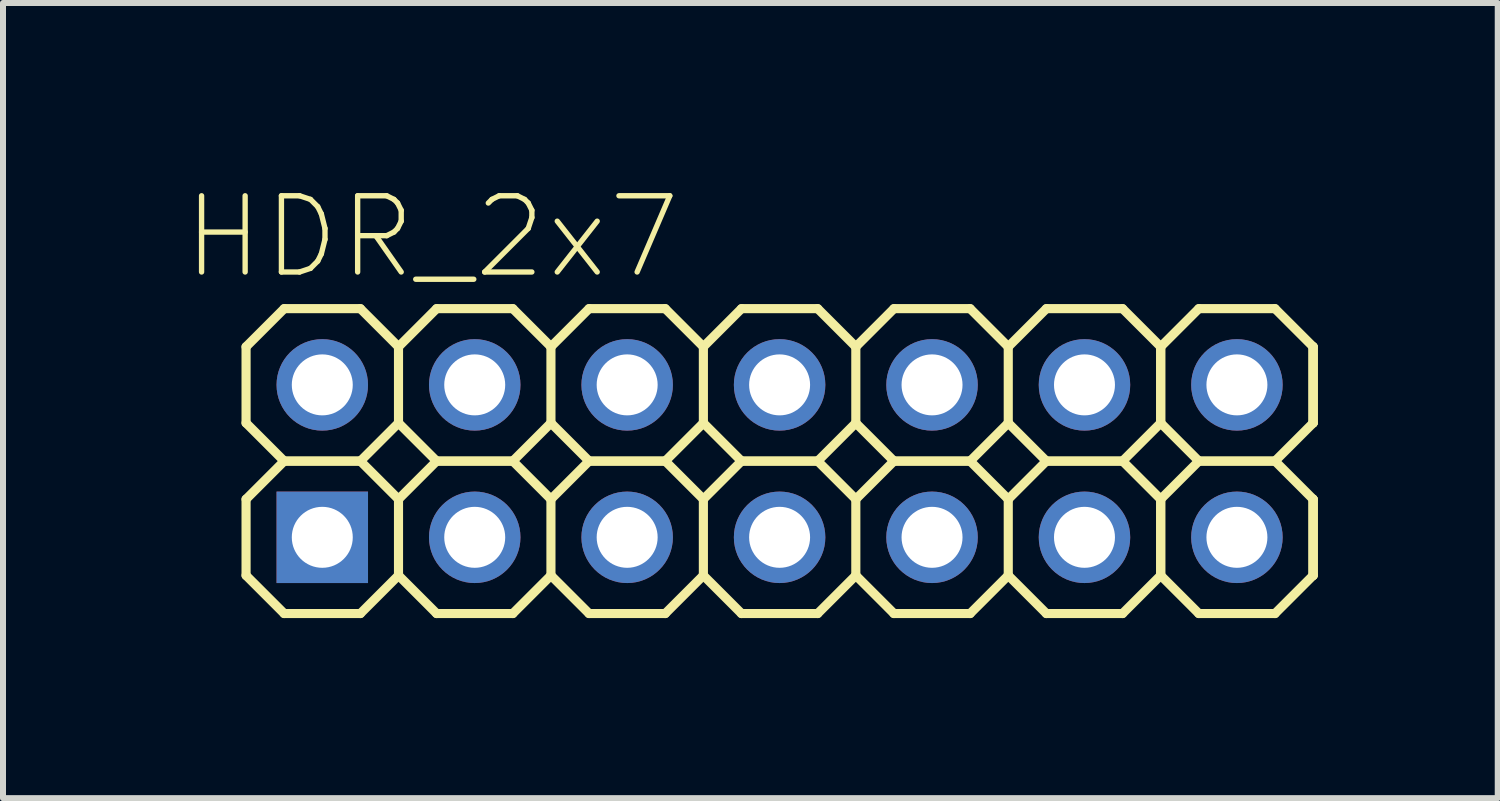
<source format=kicad_pcb>
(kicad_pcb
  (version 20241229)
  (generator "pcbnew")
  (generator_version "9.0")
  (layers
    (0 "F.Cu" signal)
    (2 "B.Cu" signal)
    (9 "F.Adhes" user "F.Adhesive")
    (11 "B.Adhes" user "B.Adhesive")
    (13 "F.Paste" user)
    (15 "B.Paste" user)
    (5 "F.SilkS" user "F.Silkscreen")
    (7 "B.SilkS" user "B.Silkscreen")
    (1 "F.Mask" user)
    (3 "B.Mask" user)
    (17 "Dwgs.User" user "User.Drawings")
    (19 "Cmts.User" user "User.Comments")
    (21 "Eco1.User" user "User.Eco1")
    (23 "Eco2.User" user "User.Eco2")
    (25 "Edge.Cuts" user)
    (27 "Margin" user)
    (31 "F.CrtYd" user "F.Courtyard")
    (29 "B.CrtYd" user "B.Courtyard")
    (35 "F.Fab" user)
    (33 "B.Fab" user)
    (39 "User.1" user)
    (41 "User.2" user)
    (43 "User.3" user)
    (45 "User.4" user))
  (footprint "HDR_2x7"
    (layer "F.Cu")
    (at 9.94 4.633)
    (property "Reference" "HDR_2x7" (at -5.791 -3.734 0) (layer "F.SilkS") (effects (font (size 1.27 1.27) (thickness 0.089))))
    (attr exclude_from_pos_files exclude_from_bom)
    (fp_line (start -8.89 -1.905) (end -8.89 -0.635) (stroke (width 0.152) (type solid)) (layer "F.SilkS"))
    (fp_line (start -8.89 -0.635) (end -8.255 0) (stroke (width 0.152) (type solid)) (layer "F.SilkS"))
    (fp_line (start -8.89 0.635) (end -8.89 1.905) (stroke (width 0.152) (type solid)) (layer "F.SilkS"))
    (fp_line (start -8.89 1.905) (end -8.255 2.54) (stroke (width 0.152) (type solid)) (layer "F.SilkS"))
    (fp_line (start -8.255 -2.54) (end -8.89 -1.905) (stroke (width 0.152) (type solid)) (layer "F.SilkS"))
    (fp_line (start -8.255 -2.54) (end -6.985 -2.54) (stroke (width 0.152) (type solid)) (layer "F.SilkS"))
    (fp_line (start -8.255 0) (end -8.89 0.635) (stroke (width 0.152) (type solid)) (layer "F.SilkS"))
    (fp_line (start -8.255 0) (end -6.985 0) (stroke (width 0.152) (type solid)) (layer "F.SilkS"))
    (fp_line (start -6.985 -2.54) (end -6.35 -1.905) (stroke (width 0.152) (type solid)) (layer "F.SilkS"))
    (fp_line (start -6.985 0) (end -8.255 0) (stroke (width 0.152) (type solid)) (layer "F.SilkS"))
    (fp_line (start -6.985 0) (end -6.35 0.635) (stroke (width 0.152) (type solid)) (layer "F.SilkS"))
    (fp_line (start -6.985 2.54) (end -8.255 2.54) (stroke (width 0.152) (type solid)) (layer "F.SilkS"))
    (fp_line (start -6.35 -1.905) (end -6.35 -0.635) (stroke (width 0.152) (type solid)) (layer "F.SilkS"))
    (fp_line (start -6.35 -1.905) (end -5.715 -2.54) (stroke (width 0.152) (type solid)) (layer "F.SilkS"))
    (fp_line (start -6.35 -0.635) (end -6.985 0) (stroke (width 0.152) (type solid)) (layer "F.SilkS"))
    (fp_line (start -6.35 0.635) (end -6.35 1.905) (stroke (width 0.152) (type solid)) (layer "F.SilkS"))
    (fp_line (start -6.35 0.635) (end -5.715 0) (stroke (width 0.152) (type solid)) (layer "F.SilkS"))
    (fp_line (start -6.35 1.905) (end -6.985 2.54) (stroke (width 0.152) (type solid)) (layer "F.SilkS"))
    (fp_line (start -5.715 -2.54) (end -4.445 -2.54) (stroke (width 0.152) (type solid)) (layer "F.SilkS"))
    (fp_line (start -5.715 0) (end -6.35 -0.635) (stroke (width 0.152) (type solid)) (layer "F.SilkS"))
    (fp_line (start -5.715 0) (end -4.445 0) (stroke (width 0.152) (type solid)) (layer "F.SilkS"))
    (fp_line (start -5.715 2.54) (end -6.35 1.905) (stroke (width 0.152) (type solid)) (layer "F.SilkS"))
    (fp_line (start -4.445 -2.54) (end -3.81 -1.905) (stroke (width 0.152) (type solid)) (layer "F.SilkS"))
    (fp_line (start -4.445 0) (end -5.715 0) (stroke (width 0.152) (type solid)) (layer "F.SilkS"))
    (fp_line (start -4.445 0) (end -3.81 0.635) (stroke (width 0.152) (type solid)) (layer "F.SilkS"))
    (fp_line (start -4.445 2.54) (end -5.715 2.54) (stroke (width 0.152) (type solid)) (layer "F.SilkS"))
    (fp_line (start -3.81 -1.905) (end -3.81 -0.635) (stroke (width 0.152) (type solid)) (layer "F.SilkS"))
    (fp_line (start -3.81 -1.905) (end -3.175 -2.54) (stroke (width 0.152) (type solid)) (layer "F.SilkS"))
    (fp_line (start -3.81 -0.635) (end -4.445 0) (stroke (width 0.152) (type solid)) (layer "F.SilkS"))
    (fp_line (start -3.81 0.635) (end -3.81 1.905) (stroke (width 0.152) (type solid)) (layer "F.SilkS"))
    (fp_line (start -3.81 0.635) (end -3.175 0) (stroke (width 0.152) (type solid)) (layer "F.SilkS"))
    (fp_line (start -3.81 1.905) (end -4.445 2.54) (stroke (width 0.152) (type solid)) (layer "F.SilkS"))
    (fp_line (start -3.175 -2.54) (end -1.905 -2.54) (stroke (width 0.152) (type solid)) (layer "F.SilkS"))
    (fp_line (start -3.175 0) (end -3.81 -0.635) (stroke (width 0.152) (type solid)) (layer "F.SilkS"))
    (fp_line (start -3.175 0) (end -1.905 0) (stroke (width 0.152) (type solid)) (layer "F.SilkS"))
    (fp_line (start -3.175 2.54) (end -3.81 1.905) (stroke (width 0.152) (type solid)) (layer "F.SilkS"))
    (fp_line (start -1.905 -2.54) (end -1.27 -1.905) (stroke (width 0.152) (type solid)) (layer "F.SilkS"))
    (fp_line (start -1.905 0) (end -3.175 0) (stroke (width 0.152) (type solid)) (layer "F.SilkS"))
    (fp_line (start -1.905 0) (end -1.27 0.635) (stroke (width 0.152) (type solid)) (layer "F.SilkS"))
    (fp_line (start -1.905 2.54) (end -3.175 2.54) (stroke (width 0.152) (type solid)) (layer "F.SilkS"))
    (fp_line (start -1.27 -1.905) (end -1.27 -0.635) (stroke (width 0.152) (type solid)) (layer "F.SilkS"))
    (fp_line (start -1.27 -0.635) (end -1.905 0) (stroke (width 0.152) (type solid)) (layer "F.SilkS"))
    (fp_line (start -1.27 -0.635) (end -0.635 0) (stroke (width 0.152) (type solid)) (layer "F.SilkS"))
    (fp_line (start -1.27 0.635) (end -1.27 1.905) (stroke (width 0.152) (type solid)) (layer "F.SilkS"))
    (fp_line (start -1.27 1.905) (end -1.905 2.54) (stroke (width 0.152) (type solid)) (layer "F.SilkS"))
    (fp_line (start -1.27 1.905) (end -0.635 2.54) (stroke (width 0.152) (type solid)) (layer "F.SilkS"))
    (fp_line (start -0.635 -2.54) (end -1.27 -1.905) (stroke (width 0.152) (type solid)) (layer "F.SilkS"))
    (fp_line (start -0.635 -2.54) (end 0.635 -2.54) (stroke (width 0.152) (type solid)) (layer "F.SilkS"))
    (fp_line (start -0.635 0) (end -1.27 0.635) (stroke (width 0.152) (type solid)) (layer "F.SilkS"))
    (fp_line (start -0.635 0) (end 0.635 0) (stroke (width 0.152) (type solid)) (layer "F.SilkS"))
    (fp_line (start 0.635 -2.54) (end 1.27 -1.905) (stroke (width 0.152) (type solid)) (layer "F.SilkS"))
    (fp_line (start 0.635 0) (end -0.635 0) (stroke (width 0.152) (type solid)) (layer "F.SilkS"))
    (fp_line (start 0.635 0) (end 1.27 0.635) (stroke (width 0.152) (type solid)) (layer "F.SilkS"))
    (fp_line (start 0.635 2.54) (end -0.635 2.54) (stroke (width 0.152) (type solid)) (layer "F.SilkS"))
    (fp_line (start 1.27 -1.905) (end 1.27 -0.635) (stroke (width 0.152) (type solid)) (layer "F.SilkS"))
    (fp_line (start 1.27 -1.905) (end 1.905 -2.54) (stroke (width 0.152) (type solid)) (layer "F.SilkS"))
    (fp_line (start 1.27 -0.635) (end 0.635 0) (stroke (width 0.152) (type solid)) (layer "F.SilkS"))
    (fp_line (start 1.27 0.635) (end 1.27 1.905) (stroke (width 0.152) (type solid)) (layer "F.SilkS"))
    (fp_line (start 1.27 0.635) (end 1.905 0) (stroke (width 0.152) (type solid)) (layer "F.SilkS"))
    (fp_line (start 1.27 1.905) (end 0.635 2.54) (stroke (width 0.152) (type solid)) (layer "F.SilkS"))
    (fp_line (start 1.905 -2.54) (end 3.175 -2.54) (stroke (width 0.152) (type solid)) (layer "F.SilkS"))
    (fp_line (start 1.905 0) (end 1.27 -0.635) (stroke (width 0.152) (type solid)) (layer "F.SilkS"))
    (fp_line (start 1.905 0) (end 3.175 0) (stroke (width 0.152) (type solid)) (layer "F.SilkS"))
    (fp_line (start 1.905 2.54) (end 1.27 1.905) (stroke (width 0.152) (type solid)) (layer "F.SilkS"))
    (fp_line (start 3.175 -2.54) (end 3.81 -1.905) (stroke (width 0.152) (type solid)) (layer "F.SilkS"))
    (fp_line (start 3.175 0) (end 1.905 0) (stroke (width 0.152) (type solid)) (layer "F.SilkS"))
    (fp_line (start 3.175 0) (end 3.81 0.635) (stroke (width 0.152) (type solid)) (layer "F.SilkS"))
    (fp_line (start 3.175 2.54) (end 1.905 2.54) (stroke (width 0.152) (type solid)) (layer "F.SilkS"))
    (fp_line (start 3.81 -1.905) (end 3.81 -0.635) (stroke (width 0.152) (type solid)) (layer "F.SilkS"))
    (fp_line (start 3.81 -1.905) (end 4.445 -2.54) (stroke (width 0.152) (type solid)) (layer "F.SilkS"))
    (fp_line (start 3.81 -0.635) (end 3.175 0) (stroke (width 0.152) (type solid)) (layer "F.SilkS"))
    (fp_line (start 3.81 0.635) (end 3.81 1.905) (stroke (width 0.152) (type solid)) (layer "F.SilkS"))
    (fp_line (start 3.81 0.635) (end 4.445 0) (stroke (width 0.152) (type solid)) (layer "F.SilkS"))
    (fp_line (start 3.81 1.905) (end 3.175 2.54) (stroke (width 0.152) (type solid)) (layer "F.SilkS"))
    (fp_line (start 4.445 -2.54) (end 5.715 -2.54) (stroke (width 0.152) (type solid)) (layer "F.SilkS"))
    (fp_line (start 4.445 0) (end 3.81 -0.635) (stroke (width 0.152) (type solid)) (layer "F.SilkS"))
    (fp_line (start 4.445 0) (end 5.715 0) (stroke (width 0.152) (type solid)) (layer "F.SilkS"))
    (fp_line (start 4.445 2.54) (end 3.81 1.905) (stroke (width 0.152) (type solid)) (layer "F.SilkS"))
    (fp_line (start 5.715 -2.54) (end 6.35 -1.905) (stroke (width 0.152) (type solid)) (layer "F.SilkS"))
    (fp_line (start 5.715 0) (end 4.445 0) (stroke (width 0.152) (type solid)) (layer "F.SilkS"))
    (fp_line (start 5.715 0) (end 6.35 0.635) (stroke (width 0.152) (type solid)) (layer "F.SilkS"))
    (fp_line (start 5.715 2.54) (end 4.445 2.54) (stroke (width 0.152) (type solid)) (layer "F.SilkS"))
    (fp_line (start 6.35 -1.905) (end 6.35 -0.635) (stroke (width 0.152) (type solid)) (layer "F.SilkS"))
    (fp_line (start 6.35 -1.905) (end 6.35 -0.635) (stroke (width 0.152) (type solid)) (layer "F.SilkS"))
    (fp_line (start 6.35 -1.905) (end 6.985 -2.54) (stroke (width 0.152) (type solid)) (layer "F.SilkS"))
    (fp_line (start 6.35 -0.635) (end 5.715 0) (stroke (width 0.152) (type solid)) (layer "F.SilkS"))
    (fp_line (start 6.35 0.635) (end 6.35 1.905) (stroke (width 0.152) (type solid)) (layer "F.SilkS"))
    (fp_line (start 6.35 0.635) (end 6.35 1.905) (stroke (width 0.152) (type solid)) (layer "F.SilkS"))
    (fp_line (start 6.35 0.635) (end 6.985 0) (stroke (width 0.152) (type solid)) (layer "F.SilkS"))
    (fp_line (start 6.35 1.905) (end 5.715 2.54) (stroke (width 0.152) (type solid)) (layer "F.SilkS"))
    (fp_line (start 6.985 -2.54) (end 8.255 -2.54) (stroke (width 0.152) (type solid)) (layer "F.SilkS"))
    (fp_line (start 6.985 0) (end 6.35 -0.635) (stroke (width 0.152) (type solid)) (layer "F.SilkS"))
    (fp_line (start 6.985 0) (end 8.255 0) (stroke (width 0.152) (type solid)) (layer "F.SilkS"))
    (fp_line (start 6.985 2.54) (end 6.35 1.905) (stroke (width 0.152) (type solid)) (layer "F.SilkS"))
    (fp_line (start 8.255 -2.54) (end 8.89 -1.905) (stroke (width 0.152) (type solid)) (layer "F.SilkS"))
    (fp_line (start 8.255 0) (end 6.985 0) (stroke (width 0.152) (type solid)) (layer "F.SilkS"))
    (fp_line (start 8.255 0) (end 8.89 0.635) (stroke (width 0.152) (type solid)) (layer "F.SilkS"))
    (fp_line (start 8.255 2.54) (end 6.985 2.54) (stroke (width 0.152) (type solid)) (layer "F.SilkS"))
    (fp_line (start 8.89 -1.905) (end 8.89 -0.635) (stroke (width 0.152) (type solid)) (layer "F.SilkS"))
    (fp_line (start 8.89 -1.905) (end 8.89 -0.635) (stroke (width 0.152) (type solid)) (layer "F.SilkS"))
    (fp_line (start 8.89 -1.905) (end 8.89 -0.635) (stroke (width 0.152) (type solid)) (layer "F.SilkS"))
    (fp_line (start 8.89 -0.635) (end 8.255 0) (stroke (width 0.152) (type solid)) (layer "F.SilkS"))
    (fp_line (start 8.89 0.635) (end 8.89 1.905) (stroke (width 0.152) (type solid)) (layer "F.SilkS"))
    (fp_line (start 8.89 0.635) (end 8.89 1.905) (stroke (width 0.152) (type solid)) (layer "F.SilkS"))
    (fp_line (start 8.89 0.635) (end 8.89 1.905) (stroke (width 0.152) (type solid)) (layer "F.SilkS"))
    (fp_line (start 8.89 1.905) (end 8.255 2.54) (stroke (width 0.152) (type solid)) (layer "F.SilkS"))
    (fp_line (start -7.874 -1.524) (end -7.366 -1.524) (stroke (width 0.066) (type solid)) (layer "F.Fab"))
    (fp_line (start -7.874 -1.016) (end -7.874 -1.524) (stroke (width 0.066) (type solid)) (layer "F.Fab"))
    (fp_line (start -7.874 -1.016) (end -7.366 -1.016) (stroke (width 0.066) (type solid)) (layer "F.Fab"))
    (fp_line (start -7.874 1.016) (end -7.366 1.016) (stroke (width 0.066) (type solid)) (layer "F.Fab"))
    (fp_line (start -7.874 1.524) (end -7.874 1.016) (stroke (width 0.066) (type solid)) (layer "F.Fab"))
    (fp_line (start -7.874 1.524) (end -7.366 1.524) (stroke (width 0.066) (type solid)) (layer "F.Fab"))
    (fp_line (start -7.366 -1.016) (end -7.366 -1.524) (stroke (width 0.066) (type solid)) (layer "F.Fab"))
    (fp_line (start -7.366 1.524) (end -7.366 1.016) (stroke (width 0.066) (type solid)) (layer "F.Fab"))
    (fp_line (start -5.334 -1.524) (end -4.826 -1.524) (stroke (width 0.066) (type solid)) (layer "F.Fab"))
    (fp_line (start -5.334 -1.016) (end -5.334 -1.524) (stroke (width 0.066) (type solid)) (layer "F.Fab"))
    (fp_line (start -5.334 -1.016) (end -4.826 -1.016) (stroke (width 0.066) (type solid)) (layer "F.Fab"))
    (fp_line (start -5.334 1.016) (end -4.826 1.016) (stroke (width 0.066) (type solid)) (layer "F.Fab"))
    (fp_line (start -5.334 1.524) (end -5.334 1.016) (stroke (width 0.066) (type solid)) (layer "F.Fab"))
    (fp_line (start -5.334 1.524) (end -4.826 1.524) (stroke (width 0.066) (type solid)) (layer "F.Fab"))
    (fp_line (start -4.826 -1.016) (end -4.826 -1.524) (stroke (width 0.066) (type solid)) (layer "F.Fab"))
    (fp_line (start -4.826 1.524) (end -4.826 1.016) (stroke (width 0.066) (type solid)) (layer "F.Fab"))
    (fp_line (start -2.794 -1.524) (end -2.286 -1.524) (stroke (width 0.066) (type solid)) (layer "F.Fab"))
    (fp_line (start -2.794 -1.016) (end -2.794 -1.524) (stroke (width 0.066) (type solid)) (layer "F.Fab"))
    (fp_line (start -2.794 -1.016) (end -2.286 -1.016) (stroke (width 0.066) (type solid)) (layer "F.Fab"))
    (fp_line (start -2.794 1.016) (end -2.286 1.016) (stroke (width 0.066) (type solid)) (layer "F.Fab"))
    (fp_line (start -2.794 1.524) (end -2.794 1.016) (stroke (width 0.066) (type solid)) (layer "F.Fab"))
    (fp_line (start -2.794 1.524) (end -2.286 1.524) (stroke (width 0.066) (type solid)) (layer "F.Fab"))
    (fp_line (start -2.286 -1.016) (end -2.286 -1.524) (stroke (width 0.066) (type solid)) (layer "F.Fab"))
    (fp_line (start -2.286 1.524) (end -2.286 1.016) (stroke (width 0.066) (type solid)) (layer "F.Fab"))
    (fp_line (start -0.254 -1.524) (end 0.254 -1.524) (stroke (width 0.066) (type solid)) (layer "F.Fab"))
    (fp_line (start -0.254 -1.016) (end -0.254 -1.524) (stroke (width 0.066) (type solid)) (layer "F.Fab"))
    (fp_line (start -0.254 -1.016) (end 0.254 -1.016) (stroke (width 0.066) (type solid)) (layer "F.Fab"))
    (fp_line (start -0.254 1.016) (end 0.254 1.016) (stroke (width 0.066) (type solid)) (layer "F.Fab"))
    (fp_line (start -0.254 1.524) (end -0.254 1.016) (stroke (width 0.066) (type solid)) (layer "F.Fab"))
    (fp_line (start -0.254 1.524) (end 0.254 1.524) (stroke (width 0.066) (type solid)) (layer "F.Fab"))
    (fp_line (start 0.254 -1.016) (end 0.254 -1.524) (stroke (width 0.066) (type solid)) (layer "F.Fab"))
    (fp_line (start 0.254 1.524) (end 0.254 1.016) (stroke (width 0.066) (type solid)) (layer "F.Fab"))
    (fp_line (start 2.286 -1.524) (end 2.794 -1.524) (stroke (width 0.066) (type solid)) (layer "F.Fab"))
    (fp_line (start 2.286 -1.016) (end 2.286 -1.524) (stroke (width 0.066) (type solid)) (layer "F.Fab"))
    (fp_line (start 2.286 -1.016) (end 2.794 -1.016) (stroke (width 0.066) (type solid)) (layer "F.Fab"))
    (fp_line (start 2.286 1.016) (end 2.794 1.016) (stroke (width 0.066) (type solid)) (layer "F.Fab"))
    (fp_line (start 2.286 1.524) (end 2.286 1.016) (stroke (width 0.066) (type solid)) (layer "F.Fab"))
    (fp_line (start 2.286 1.524) (end 2.794 1.524) (stroke (width 0.066) (type solid)) (layer "F.Fab"))
    (fp_line (start 2.794 -1.016) (end 2.794 -1.524) (stroke (width 0.066) (type solid)) (layer "F.Fab"))
    (fp_line (start 2.794 1.524) (end 2.794 1.016) (stroke (width 0.066) (type solid)) (layer "F.Fab"))
    (fp_line (start 4.826 -1.524) (end 5.334 -1.524) (stroke (width 0.066) (type solid)) (layer "F.Fab"))
    (fp_line (start 4.826 -1.016) (end 4.826 -1.524) (stroke (width 0.066) (type solid)) (layer "F.Fab"))
    (fp_line (start 4.826 -1.016) (end 5.334 -1.016) (stroke (width 0.066) (type solid)) (layer "F.Fab"))
    (fp_line (start 4.826 1.016) (end 5.334 1.016) (stroke (width 0.066) (type solid)) (layer "F.Fab"))
    (fp_line (start 4.826 1.524) (end 4.826 1.016) (stroke (width 0.066) (type solid)) (layer "F.Fab"))
    (fp_line (start 4.826 1.524) (end 5.334 1.524) (stroke (width 0.066) (type solid)) (layer "F.Fab"))
    (fp_line (start 5.334 -1.016) (end 5.334 -1.524) (stroke (width 0.066) (type solid)) (layer "F.Fab"))
    (fp_line (start 5.334 1.524) (end 5.334 1.016) (stroke (width 0.066) (type solid)) (layer "F.Fab"))
    (fp_line (start 7.366 -1.524) (end 7.874 -1.524) (stroke (width 0.066) (type solid)) (layer "F.Fab"))
    (fp_line (start 7.366 -1.016) (end 7.366 -1.524) (stroke (width 0.066) (type solid)) (layer "F.Fab"))
    (fp_line (start 7.366 -1.016) (end 7.874 -1.016) (stroke (width 0.066) (type solid)) (layer "F.Fab"))
    (fp_line (start 7.366 1.016) (end 7.874 1.016) (stroke (width 0.066) (type solid)) (layer "F.Fab"))
    (fp_line (start 7.366 1.524) (end 7.366 1.016) (stroke (width 0.066) (type solid)) (layer "F.Fab"))
    (fp_line (start 7.366 1.524) (end 7.874 1.524) (stroke (width 0.066) (type solid)) (layer "F.Fab"))
    (fp_line (start 7.874 -1.016) (end 7.874 -1.524) (stroke (width 0.066) (type solid)) (layer "F.Fab"))
    (fp_line (start 7.874 1.524) (end 7.874 1.016) (stroke (width 0.066) (type solid)) (layer "F.Fab"))
    (pad "1" thru_hole rect (at -7.62 1.27) (size 1.524 1.524) (drill 1.016) (layers "*.Cu" "*.Mask"))
    (pad "2" thru_hole circle (at -7.62 -1.27) (size 1.524 1.524) (drill 1.016) (layers "*.Cu" "*.Mask"))
    (pad "3" thru_hole circle (at -5.08 1.27) (size 1.524 1.524) (drill 1.016) (layers "*.Cu" "*.Mask"))
    (pad "4" thru_hole circle (at -5.08 -1.27) (size 1.524 1.524) (drill 1.016) (layers "*.Cu" "*.Mask"))
    (pad "5" thru_hole circle (at -2.54 1.27) (size 1.524 1.524) (drill 1.016) (layers "*.Cu" "*.Mask"))
    (pad "6" thru_hole circle (at -2.54 -1.27) (size 1.524 1.524) (drill 1.016) (layers "*.Cu" "*.Mask"))
    (pad "7" thru_hole circle (at 0 1.27) (size 1.524 1.524) (drill 1.016) (layers "*.Cu" "*.Mask"))
    (pad "8" thru_hole circle (at 0 -1.27) (size 1.524 1.524) (drill 1.016) (layers "*.Cu" "*.Mask"))
    (pad "9" thru_hole circle (at 2.54 1.27) (size 1.524 1.524) (drill 1.016) (layers "*.Cu" "*.Mask"))
    (pad "10" thru_hole circle (at 2.54 -1.27) (size 1.524 1.524) (drill 1.016) (layers "*.Cu" "*.Mask"))
    (pad "11" thru_hole circle (at 5.08 1.27) (size 1.524 1.524) (drill 1.016) (layers "*.Cu" "*.Mask"))
    (pad "12" thru_hole circle (at 5.08 -1.27) (size 1.524 1.524) (drill 1.016) (layers "*.Cu" "*.Mask"))
    (pad "13" thru_hole circle (at 7.62 1.27) (size 1.524 1.524) (drill 1.016) (layers "*.Cu" "*.Mask"))
    (pad "14" thru_hole circle (at 7.62 -1.27) (size 1.524 1.524) (drill 1.016) (layers "*.Cu" "*.Mask")))
  (gr_rect
    (start -3 -3)
    (end 21.906 10.249)
    (stroke (width 0.1) (type default))
    (fill no)
    (layer "Edge.Cuts")))
</source>
